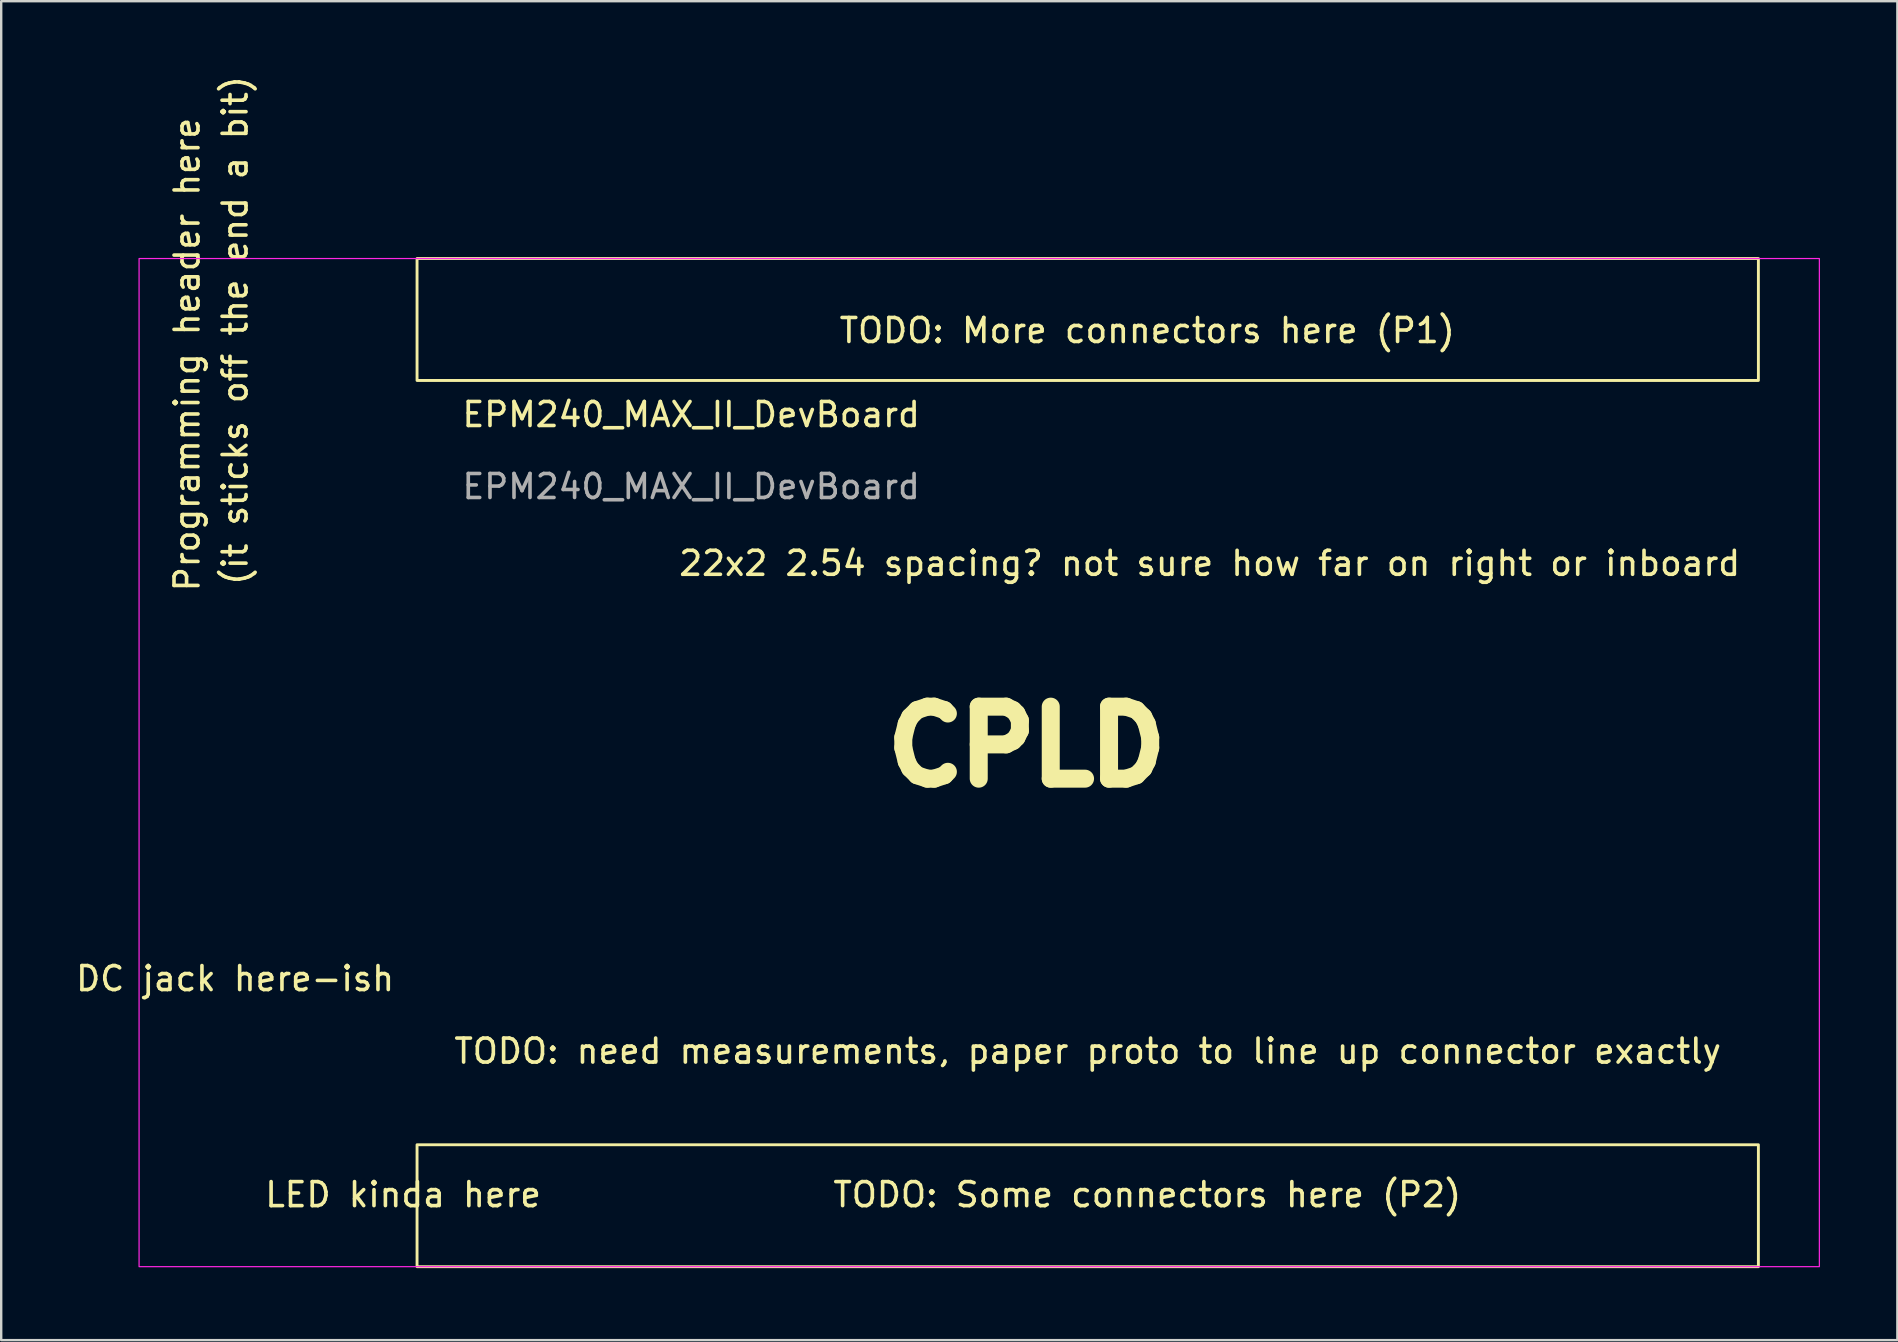
<source format=kicad_pcb>
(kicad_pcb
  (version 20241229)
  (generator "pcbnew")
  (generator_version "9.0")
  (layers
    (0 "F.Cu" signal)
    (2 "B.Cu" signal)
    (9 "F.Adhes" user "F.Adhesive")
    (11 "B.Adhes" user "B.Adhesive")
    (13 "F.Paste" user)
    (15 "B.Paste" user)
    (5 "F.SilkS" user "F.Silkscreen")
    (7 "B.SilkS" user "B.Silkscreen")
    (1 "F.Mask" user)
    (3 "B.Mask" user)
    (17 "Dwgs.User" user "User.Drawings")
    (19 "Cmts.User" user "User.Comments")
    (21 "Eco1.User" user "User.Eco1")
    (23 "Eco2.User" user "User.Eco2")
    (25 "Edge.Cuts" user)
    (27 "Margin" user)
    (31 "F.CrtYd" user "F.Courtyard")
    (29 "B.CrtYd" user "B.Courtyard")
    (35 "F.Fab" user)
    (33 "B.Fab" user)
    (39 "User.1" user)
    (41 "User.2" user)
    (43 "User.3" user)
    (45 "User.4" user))
  (footprint "EPM240_MAX_II_DevBoard"
    (layer "F.Cu")
    (at 72.744 7.72)
    (property "Reference" "EPM240_MAX_II_DevBoard" (at -47 6.5 0) (unlocked yes) (layer "F.SilkS") (effects (font (size 1 1) (thickness 0.15))))
    (attr through_hole)
    (fp_rect (start -2.54 0) (end -58.42 5.08) (stroke (width 0.12) (type solid)) (fill no) (layer "F.SilkS"))
    (fp_rect (start -2.54 42) (end -58.42 36.92) (stroke (width 0.12) (type solid)) (fill no) (layer "F.SilkS"))
    (fp_rect (start -70 0) (end 0 42) (stroke (width 0.05) (type solid)) (fill no) (layer "F.CrtYd"))
    (fp_text user "DC jack here-ish" (at -66 30 0) (unlocked yes) (layer "F.SilkS") (effects (font (size 1 1) (thickness 0.15))))
    (fp_text user "TODO: need measurements, paper proto to line up connector exactly" (at -30.48 33.02 0) (unlocked yes) (layer "F.SilkS") (effects (font (size 1 1) (thickness 0.15))))
    (fp_text user "CPLD" (at -33.02 20.32 0) (unlocked yes) (layer "F.SilkS") (effects (font (size 3 3) (thickness 0.75))))
    (fp_text user "22x2 2.54 spacing? not sure how far on right or inboard" (at -25.4 12.7 0) (unlocked yes) (layer "F.SilkS") (effects (font (size 1 1) (thickness 0.15))))
    (fp_text user "(it sticks off the end a bit)" (at -66 3 90) (unlocked yes) (layer "F.SilkS") (effects (font (size 1 1) (thickness 0.15))))
    (fp_text user "TODO: More connectors here (P1)" (at -28 3 0) (unlocked yes) (layer "F.SilkS") (effects (font (size 1 1) (thickness 0.15))))
    (fp_text user "LED kinda here" (at -59 39 0) (unlocked yes) (layer "F.SilkS") (effects (font (size 1 1) (thickness 0.15))))
    (fp_text user "Programming header here" (at -68 4 90) (unlocked yes) (layer "F.SilkS") (effects (font (size 1 1) (thickness 0.15))))
    (fp_text user "TODO: Some connectors here (P2)" (at -28 39 0) (unlocked yes) (layer "F.SilkS") (effects (font (size 1 1) (thickness 0.15))))
    (fp_text user "${REFERENCE}" (at -47 9.5 0) (unlocked yes) (layer "F.Fab") (effects (font (size 1 1) (thickness 0.15)))))
  (gr_rect
    (start -3 -3)
    (end 75.994 52.78)
    (stroke (width 0.1) (type default))
    (fill no)
    (layer "Edge.Cuts")))
</source>
